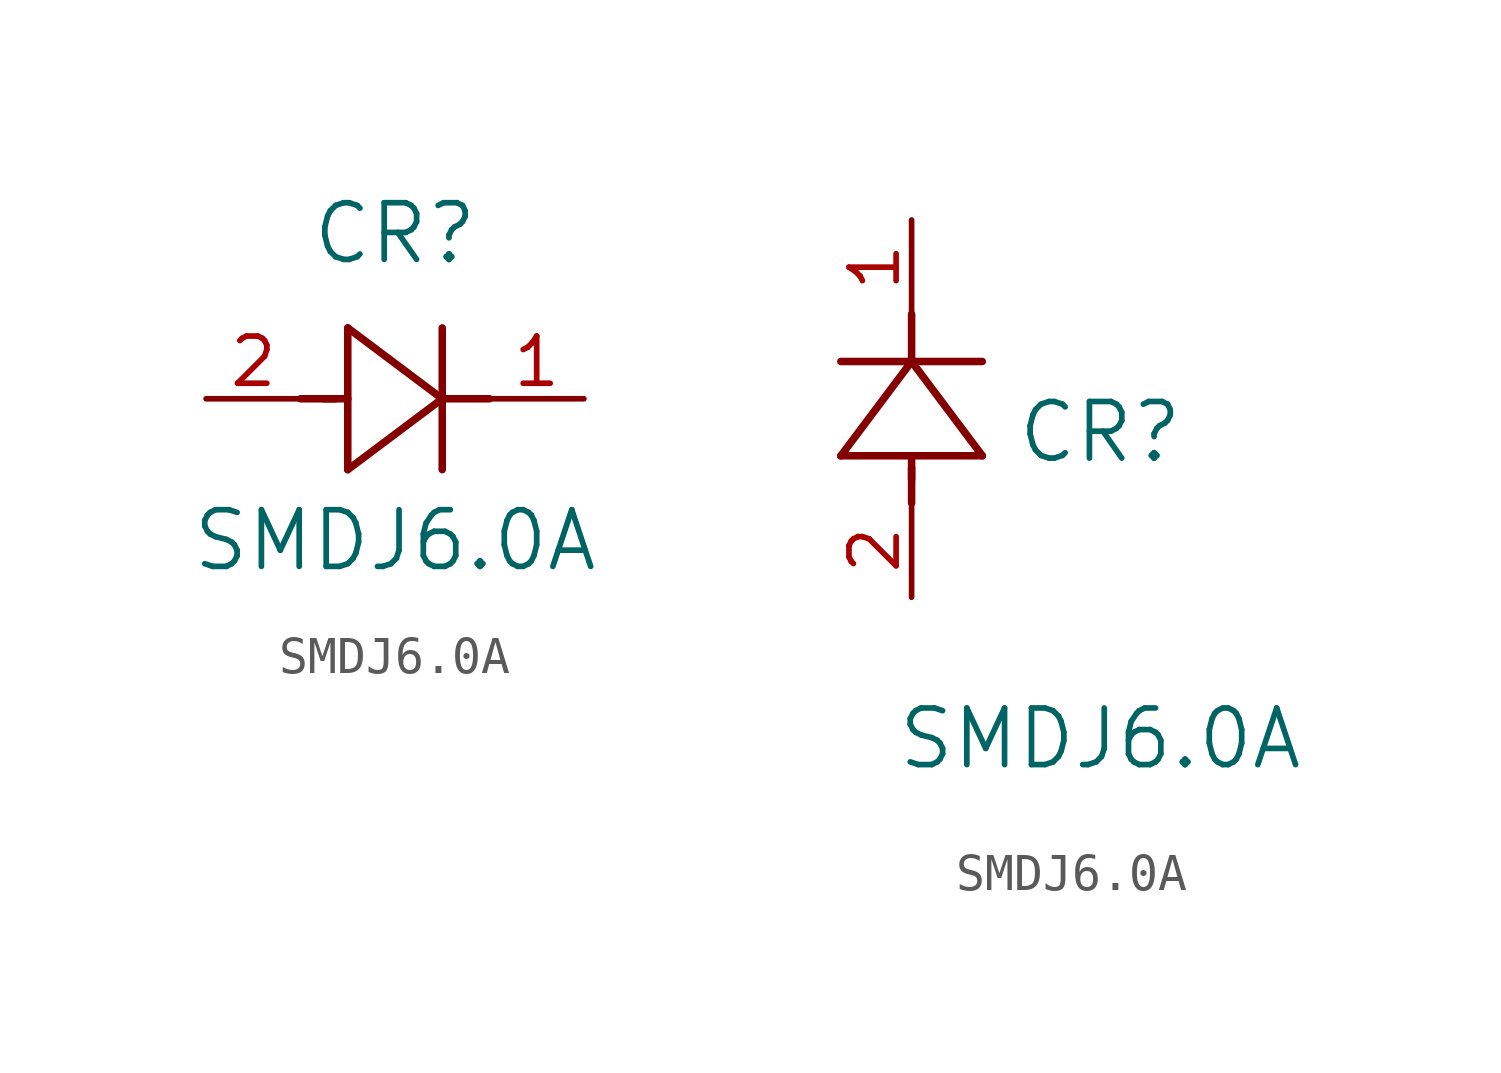
<source format=kicad_sym>
(kicad_symbol_lib
  (version 20211014)
  (generator kicad_symbol_editor)
  (symbol "SMDJ6.0A"
    (pin_names
      (offset 0.254))
    (property "Reference" "CR"
      (at 5.08 4.445 0)
      (effects (font (size 1.524 1.524))))
    (property "Value" "SMDJ6.0A"
      (at 5.08 -3.81 0)
      (effects (font (size 1.524 1.524))))
    (symbol "SMDJ6.0A_1_1"
      (polyline (pts (xy 2.54 0) (xy 3.48 0)) (stroke (width 0.203) (type default) (color 0 0 0 0)) (fill (type none)))
      (polyline (pts (xy 3.81 1.905) (xy 3.81 -1.905)) (stroke (width 0.203) (type default) (color 0 0 0 0)) (fill (type none)))
      (polyline (pts (xy 3.175 0) (xy 3.81 0)) (stroke (width 0.203) (type default) (color 0 0 0 0)) (fill (type none)))
      (polyline (pts (xy 6.35 -1.905) (xy 6.35 1.905)) (stroke (width 0.203) (type default) (color 0 0 0 0)) (fill (type none)))
      (polyline (pts (xy 6.35 0) (xy 7.62 0)) (stroke (width 0.203) (type default) (color 0 0 0 0)) (fill (type none)))
      (polyline (pts (xy 6.35 0) (xy 3.81 1.905)) (stroke (width 0.203) (type default) (color 0 0 0 0)) (fill (type none)))
      (polyline (pts (xy 3.81 -1.905) (xy 6.35 0)) (stroke (width 0.203) (type default) (color 0 0 0 0)) (fill (type none)))
      (pin unspecified line (at 0 0 0) (length 2.54) (name "" (effects (font (size 1.27 1.27)))) (number "2" (effects (font (size 1.27 1.27)))))
      (pin unspecified line (at 10.16 0 180) (length 2.54) (name "" (effects (font (size 1.27 1.27)))) (number "1" (effects (font (size 1.27 1.27))))))
    (symbol "SMDJ6.0A_1_2"
      (polyline (pts (xy 0 2.54) (xy 0 3.48)) (stroke (width 0.203) (type default) (color 0 0 0 0)) (fill (type none)))
      (polyline (pts (xy -1.905 3.81) (xy 1.905 3.81)) (stroke (width 0.203) (type default) (color 0 0 0 0)) (fill (type none)))
      (polyline (pts (xy 0 3.175) (xy 0 3.81)) (stroke (width 0.203) (type default) (color 0 0 0 0)) (fill (type none)))
      (polyline (pts (xy 1.905 6.35) (xy -1.905 6.35)) (stroke (width 0.203) (type default) (color 0 0 0 0)) (fill (type none)))
      (polyline (pts (xy 0 6.35) (xy 0 7.62)) (stroke (width 0.203) (type default) (color 0 0 0 0)) (fill (type none)))
      (polyline (pts (xy 0 6.35) (xy -1.905 3.81)) (stroke (width 0.203) (type default) (color 0 0 0 0)) (fill (type none)))
      (polyline (pts (xy 1.905 3.81) (xy 0 6.35)) (stroke (width 0.203) (type default) (color 0 0 0 0)) (fill (type none)))
      (pin unspecified line (at 0 0 90) (length 2.54) (name "" (effects (font (size 1.27 1.27)))) (number "2" (effects (font (size 1.27 1.27)))))
      (pin unspecified line (at 0 10.16 270) (length 2.54) (name "" (effects (font (size 1.27 1.27)))) (number "1" (effects (font (size 1.27 1.27))))))))
</source>
